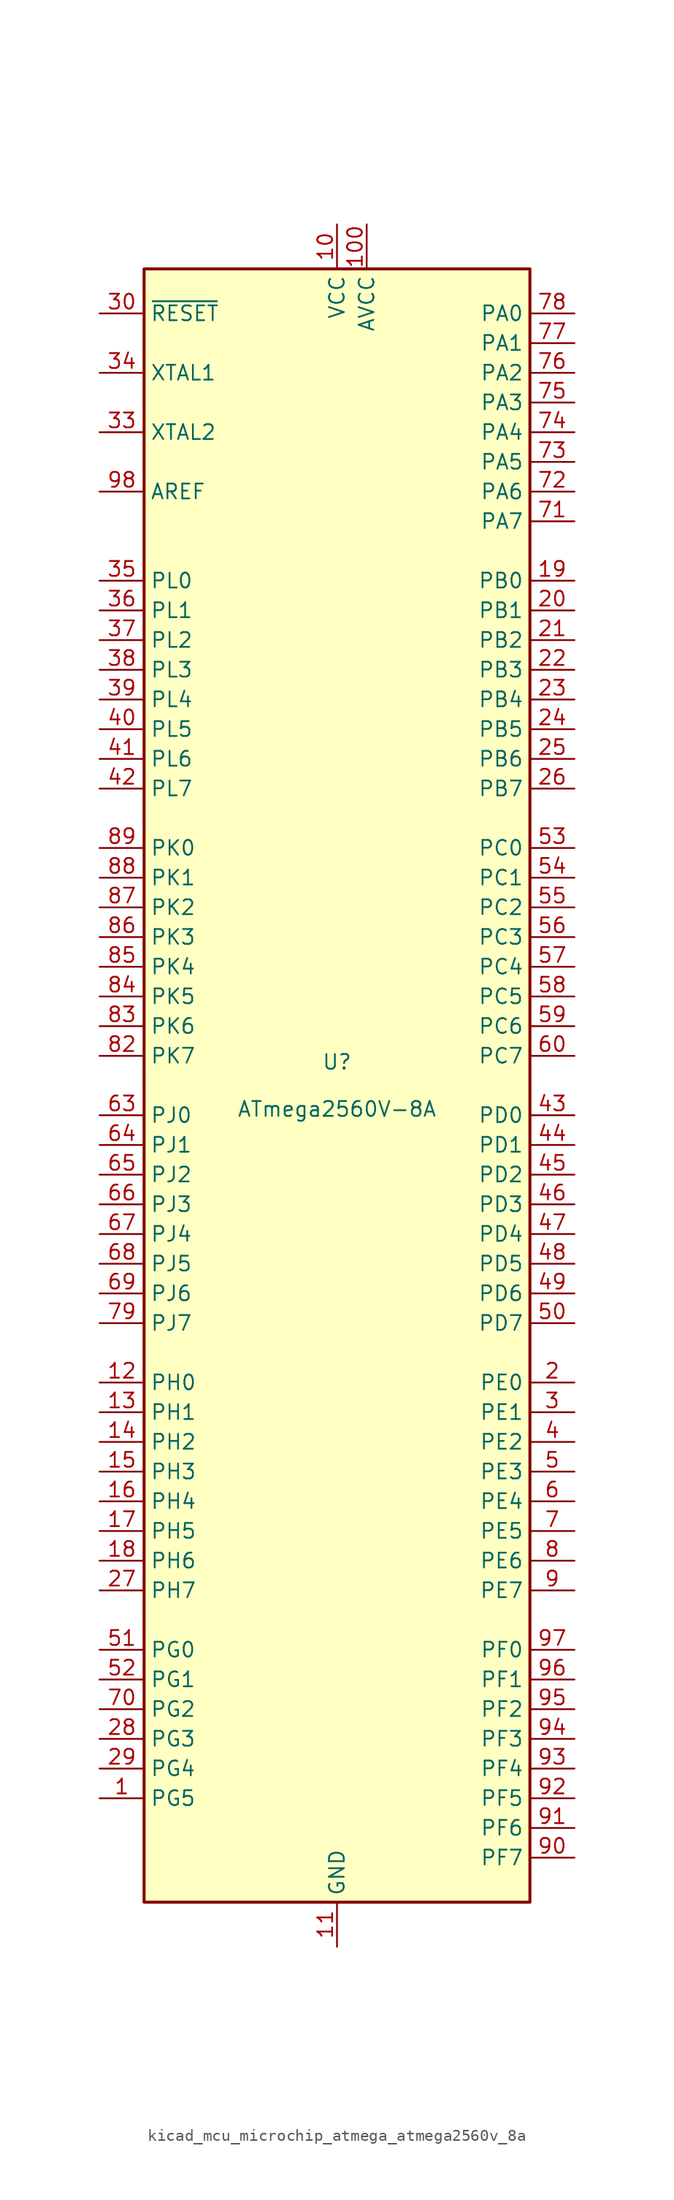
<source format=kicad_sym>
(kicad_symbol_lib
  (version 20220914)
  (generator kicad_symbol_editor)
  (symbol "kicad_mcu_microchip_atmega_atmega2560v_8a"
    (property "Reference" "U"
      (at 0 1.27 0)
      (effects (font (size 1.27 1.27)) (justify bottom)))
    (property "Value" "ATmega2560V-8A"
      (at 0 -1.27 0)
      (effects (font (size 1.27 1.27)) (justify top)))
    (symbol "kicad_mcu_microchip_atmega_atmega2560v_8a_0_1"
      (rectangle (start -16.51 -69.85) (end 16.51 69.85) (stroke (width 0.254) (type default)) (fill (type background))))
    (symbol "kicad_mcu_microchip_atmega_atmega2560v_8a_1_1"
      (pin bidirectional line (at -20.32 -60.96 0) (length 3.81) (name "PG5" (effects (font (size 1.27 1.27)))) (number "1" (effects (font (size 1.27 1.27)))))
      (pin power_in line (at 0 73.66 270) (length 3.81) (name "VCC" (effects (font (size 1.27 1.27)))) (number "10" (effects (font (size 1.27 1.27)))))
      (pin power_in line (at 2.54 73.66 270) (length 3.81) (name "AVCC" (effects (font (size 1.27 1.27)))) (number "100" (effects (font (size 1.27 1.27)))))
      (pin power_in line (at 0 -73.66 90) (length 3.81) (name "GND" (effects (font (size 1.27 1.27)))) (number "11" (effects (font (size 1.27 1.27)))))
      (pin bidirectional line (at -20.32 -25.4 0) (length 3.81) (name "PH0" (effects (font (size 1.27 1.27)))) (number "12" (effects (font (size 1.27 1.27)))))
      (pin bidirectional line (at -20.32 -27.94 0) (length 3.81) (name "PH1" (effects (font (size 1.27 1.27)))) (number "13" (effects (font (size 1.27 1.27)))))
      (pin bidirectional line (at -20.32 -30.48 0) (length 3.81) (name "PH2" (effects (font (size 1.27 1.27)))) (number "14" (effects (font (size 1.27 1.27)))))
      (pin bidirectional line (at -20.32 -33.02 0) (length 3.81) (name "PH3" (effects (font (size 1.27 1.27)))) (number "15" (effects (font (size 1.27 1.27)))))
      (pin bidirectional line (at -20.32 -35.56 0) (length 3.81) (name "PH4" (effects (font (size 1.27 1.27)))) (number "16" (effects (font (size 1.27 1.27)))))
      (pin bidirectional line (at -20.32 -38.1 0) (length 3.81) (name "PH5" (effects (font (size 1.27 1.27)))) (number "17" (effects (font (size 1.27 1.27)))))
      (pin bidirectional line (at -20.32 -40.64 0) (length 3.81) (name "PH6" (effects (font (size 1.27 1.27)))) (number "18" (effects (font (size 1.27 1.27)))))
      (pin bidirectional line (at 20.32 43.18 180) (length 3.81) (name "PB0" (effects (font (size 1.27 1.27)))) (number "19" (effects (font (size 1.27 1.27)))))
      (pin bidirectional line (at 20.32 -25.4 180) (length 3.81) (name "PE0" (effects (font (size 1.27 1.27)))) (number "2" (effects (font (size 1.27 1.27)))))
      (pin bidirectional line (at 20.32 40.64 180) (length 3.81) (name "PB1" (effects (font (size 1.27 1.27)))) (number "20" (effects (font (size 1.27 1.27)))))
      (pin bidirectional line (at 20.32 38.1 180) (length 3.81) (name "PB2" (effects (font (size 1.27 1.27)))) (number "21" (effects (font (size 1.27 1.27)))))
      (pin bidirectional line (at 20.32 35.56 180) (length 3.81) (name "PB3" (effects (font (size 1.27 1.27)))) (number "22" (effects (font (size 1.27 1.27)))))
      (pin bidirectional line (at 20.32 33.02 180) (length 3.81) (name "PB4" (effects (font (size 1.27 1.27)))) (number "23" (effects (font (size 1.27 1.27)))))
      (pin bidirectional line (at 20.32 30.48 180) (length 3.81) (name "PB5" (effects (font (size 1.27 1.27)))) (number "24" (effects (font (size 1.27 1.27)))))
      (pin bidirectional line (at 20.32 27.94 180) (length 3.81) (name "PB6" (effects (font (size 1.27 1.27)))) (number "25" (effects (font (size 1.27 1.27)))))
      (pin bidirectional line (at 20.32 25.4 180) (length 3.81) (name "PB7" (effects (font (size 1.27 1.27)))) (number "26" (effects (font (size 1.27 1.27)))))
      (pin bidirectional line (at -20.32 -43.18 0) (length 3.81) (name "PH7" (effects (font (size 1.27 1.27)))) (number "27" (effects (font (size 1.27 1.27)))))
      (pin bidirectional line (at -20.32 -55.88 0) (length 3.81) (name "PG3" (effects (font (size 1.27 1.27)))) (number "28" (effects (font (size 1.27 1.27)))))
      (pin bidirectional line (at -20.32 -58.42 0) (length 3.81) (name "PG4" (effects (font (size 1.27 1.27)))) (number "29" (effects (font (size 1.27 1.27)))))
      (pin bidirectional line (at 20.32 -27.94 180) (length 3.81) (name "PE1" (effects (font (size 1.27 1.27)))) (number "3" (effects (font (size 1.27 1.27)))))
      (pin input line (at -20.32 66.04 0) (length 3.81) (name "~{RESET}" (effects (font (size 1.27 1.27)))) (number "30" (effects (font (size 1.27 1.27)))))
      (pin passive line (at 0 73.66 270) (length 3.81) hide (name "VCC" (effects (font (size 1.27 1.27)))) (number "31" (effects (font (size 1.27 1.27)))))
      (pin passive line (at 0 -73.66 90) (length 3.81) hide (name "GND" (effects (font (size 1.27 1.27)))) (number "32" (effects (font (size 1.27 1.27)))))
      (pin output line (at -20.32 55.88 0) (length 3.81) (name "XTAL2" (effects (font (size 1.27 1.27)))) (number "33" (effects (font (size 1.27 1.27)))))
      (pin input line (at -20.32 60.96 0) (length 3.81) (name "XTAL1" (effects (font (size 1.27 1.27)))) (number "34" (effects (font (size 1.27 1.27)))))
      (pin bidirectional line (at -20.32 43.18 0) (length 3.81) (name "PL0" (effects (font (size 1.27 1.27)))) (number "35" (effects (font (size 1.27 1.27)))))
      (pin bidirectional line (at -20.32 40.64 0) (length 3.81) (name "PL1" (effects (font (size 1.27 1.27)))) (number "36" (effects (font (size 1.27 1.27)))))
      (pin bidirectional line (at -20.32 38.1 0) (length 3.81) (name "PL2" (effects (font (size 1.27 1.27)))) (number "37" (effects (font (size 1.27 1.27)))))
      (pin bidirectional line (at -20.32 35.56 0) (length 3.81) (name "PL3" (effects (font (size 1.27 1.27)))) (number "38" (effects (font (size 1.27 1.27)))))
      (pin bidirectional line (at -20.32 33.02 0) (length 3.81) (name "PL4" (effects (font (size 1.27 1.27)))) (number "39" (effects (font (size 1.27 1.27)))))
      (pin bidirectional line (at 20.32 -30.48 180) (length 3.81) (name "PE2" (effects (font (size 1.27 1.27)))) (number "4" (effects (font (size 1.27 1.27)))))
      (pin bidirectional line (at -20.32 30.48 0) (length 3.81) (name "PL5" (effects (font (size 1.27 1.27)))) (number "40" (effects (font (size 1.27 1.27)))))
      (pin bidirectional line (at -20.32 27.94 0) (length 3.81) (name "PL6" (effects (font (size 1.27 1.27)))) (number "41" (effects (font (size 1.27 1.27)))))
      (pin bidirectional line (at -20.32 25.4 0) (length 3.81) (name "PL7" (effects (font (size 1.27 1.27)))) (number "42" (effects (font (size 1.27 1.27)))))
      (pin bidirectional line (at 20.32 -2.54 180) (length 3.81) (name "PD0" (effects (font (size 1.27 1.27)))) (number "43" (effects (font (size 1.27 1.27)))))
      (pin bidirectional line (at 20.32 -5.08 180) (length 3.81) (name "PD1" (effects (font (size 1.27 1.27)))) (number "44" (effects (font (size 1.27 1.27)))))
      (pin bidirectional line (at 20.32 -7.62 180) (length 3.81) (name "PD2" (effects (font (size 1.27 1.27)))) (number "45" (effects (font (size 1.27 1.27)))))
      (pin bidirectional line (at 20.32 -10.16 180) (length 3.81) (name "PD3" (effects (font (size 1.27 1.27)))) (number "46" (effects (font (size 1.27 1.27)))))
      (pin bidirectional line (at 20.32 -12.7 180) (length 3.81) (name "PD4" (effects (font (size 1.27 1.27)))) (number "47" (effects (font (size 1.27 1.27)))))
      (pin bidirectional line (at 20.32 -15.24 180) (length 3.81) (name "PD5" (effects (font (size 1.27 1.27)))) (number "48" (effects (font (size 1.27 1.27)))))
      (pin bidirectional line (at 20.32 -17.78 180) (length 3.81) (name "PD6" (effects (font (size 1.27 1.27)))) (number "49" (effects (font (size 1.27 1.27)))))
      (pin bidirectional line (at 20.32 -33.02 180) (length 3.81) (name "PE3" (effects (font (size 1.27 1.27)))) (number "5" (effects (font (size 1.27 1.27)))))
      (pin bidirectional line (at 20.32 -20.32 180) (length 3.81) (name "PD7" (effects (font (size 1.27 1.27)))) (number "50" (effects (font (size 1.27 1.27)))))
      (pin bidirectional line (at -20.32 -48.26 0) (length 3.81) (name "PG0" (effects (font (size 1.27 1.27)))) (number "51" (effects (font (size 1.27 1.27)))))
      (pin bidirectional line (at -20.32 -50.8 0) (length 3.81) (name "PG1" (effects (font (size 1.27 1.27)))) (number "52" (effects (font (size 1.27 1.27)))))
      (pin bidirectional line (at 20.32 20.32 180) (length 3.81) (name "PC0" (effects (font (size 1.27 1.27)))) (number "53" (effects (font (size 1.27 1.27)))))
      (pin bidirectional line (at 20.32 17.78 180) (length 3.81) (name "PC1" (effects (font (size 1.27 1.27)))) (number "54" (effects (font (size 1.27 1.27)))))
      (pin bidirectional line (at 20.32 15.24 180) (length 3.81) (name "PC2" (effects (font (size 1.27 1.27)))) (number "55" (effects (font (size 1.27 1.27)))))
      (pin bidirectional line (at 20.32 12.7 180) (length 3.81) (name "PC3" (effects (font (size 1.27 1.27)))) (number "56" (effects (font (size 1.27 1.27)))))
      (pin bidirectional line (at 20.32 10.16 180) (length 3.81) (name "PC4" (effects (font (size 1.27 1.27)))) (number "57" (effects (font (size 1.27 1.27)))))
      (pin bidirectional line (at 20.32 7.62 180) (length 3.81) (name "PC5" (effects (font (size 1.27 1.27)))) (number "58" (effects (font (size 1.27 1.27)))))
      (pin bidirectional line (at 20.32 5.08 180) (length 3.81) (name "PC6" (effects (font (size 1.27 1.27)))) (number "59" (effects (font (size 1.27 1.27)))))
      (pin bidirectional line (at 20.32 -35.56 180) (length 3.81) (name "PE4" (effects (font (size 1.27 1.27)))) (number "6" (effects (font (size 1.27 1.27)))))
      (pin bidirectional line (at 20.32 2.54 180) (length 3.81) (name "PC7" (effects (font (size 1.27 1.27)))) (number "60" (effects (font (size 1.27 1.27)))))
      (pin passive line (at 0 73.66 270) (length 3.81) hide (name "VCC" (effects (font (size 1.27 1.27)))) (number "61" (effects (font (size 1.27 1.27)))))
      (pin passive line (at 0 -73.66 90) (length 3.81) hide (name "GND" (effects (font (size 1.27 1.27)))) (number "62" (effects (font (size 1.27 1.27)))))
      (pin bidirectional line (at -20.32 -2.54 0) (length 3.81) (name "PJ0" (effects (font (size 1.27 1.27)))) (number "63" (effects (font (size 1.27 1.27)))))
      (pin bidirectional line (at -20.32 -5.08 0) (length 3.81) (name "PJ1" (effects (font (size 1.27 1.27)))) (number "64" (effects (font (size 1.27 1.27)))))
      (pin bidirectional line (at -20.32 -7.62 0) (length 3.81) (name "PJ2" (effects (font (size 1.27 1.27)))) (number "65" (effects (font (size 1.27 1.27)))))
      (pin bidirectional line (at -20.32 -10.16 0) (length 3.81) (name "PJ3" (effects (font (size 1.27 1.27)))) (number "66" (effects (font (size 1.27 1.27)))))
      (pin bidirectional line (at -20.32 -12.7 0) (length 3.81) (name "PJ4" (effects (font (size 1.27 1.27)))) (number "67" (effects (font (size 1.27 1.27)))))
      (pin bidirectional line (at -20.32 -15.24 0) (length 3.81) (name "PJ5" (effects (font (size 1.27 1.27)))) (number "68" (effects (font (size 1.27 1.27)))))
      (pin bidirectional line (at -20.32 -17.78 0) (length 3.81) (name "PJ6" (effects (font (size 1.27 1.27)))) (number "69" (effects (font (size 1.27 1.27)))))
      (pin bidirectional line (at 20.32 -38.1 180) (length 3.81) (name "PE5" (effects (font (size 1.27 1.27)))) (number "7" (effects (font (size 1.27 1.27)))))
      (pin bidirectional line (at -20.32 -53.34 0) (length 3.81) (name "PG2" (effects (font (size 1.27 1.27)))) (number "70" (effects (font (size 1.27 1.27)))))
      (pin bidirectional line (at 20.32 48.26 180) (length 3.81) (name "PA7" (effects (font (size 1.27 1.27)))) (number "71" (effects (font (size 1.27 1.27)))))
      (pin bidirectional line (at 20.32 50.8 180) (length 3.81) (name "PA6" (effects (font (size 1.27 1.27)))) (number "72" (effects (font (size 1.27 1.27)))))
      (pin bidirectional line (at 20.32 53.34 180) (length 3.81) (name "PA5" (effects (font (size 1.27 1.27)))) (number "73" (effects (font (size 1.27 1.27)))))
      (pin bidirectional line (at 20.32 55.88 180) (length 3.81) (name "PA4" (effects (font (size 1.27 1.27)))) (number "74" (effects (font (size 1.27 1.27)))))
      (pin bidirectional line (at 20.32 58.42 180) (length 3.81) (name "PA3" (effects (font (size 1.27 1.27)))) (number "75" (effects (font (size 1.27 1.27)))))
      (pin bidirectional line (at 20.32 60.96 180) (length 3.81) (name "PA2" (effects (font (size 1.27 1.27)))) (number "76" (effects (font (size 1.27 1.27)))))
      (pin bidirectional line (at 20.32 63.5 180) (length 3.81) (name "PA1" (effects (font (size 1.27 1.27)))) (number "77" (effects (font (size 1.27 1.27)))))
      (pin bidirectional line (at 20.32 66.04 180) (length 3.81) (name "PA0" (effects (font (size 1.27 1.27)))) (number "78" (effects (font (size 1.27 1.27)))))
      (pin bidirectional line (at -20.32 -20.32 0) (length 3.81) (name "PJ7" (effects (font (size 1.27 1.27)))) (number "79" (effects (font (size 1.27 1.27)))))
      (pin bidirectional line (at 20.32 -40.64 180) (length 3.81) (name "PE6" (effects (font (size 1.27 1.27)))) (number "8" (effects (font (size 1.27 1.27)))))
      (pin passive line (at 0 73.66 270) (length 3.81) hide (name "VCC" (effects (font (size 1.27 1.27)))) (number "80" (effects (font (size 1.27 1.27)))))
      (pin passive line (at 0 -73.66 90) (length 3.81) hide (name "GND" (effects (font (size 1.27 1.27)))) (number "81" (effects (font (size 1.27 1.27)))))
      (pin bidirectional line (at -20.32 2.54 0) (length 3.81) (name "PK7" (effects (font (size 1.27 1.27)))) (number "82" (effects (font (size 1.27 1.27)))))
      (pin bidirectional line (at -20.32 5.08 0) (length 3.81) (name "PK6" (effects (font (size 1.27 1.27)))) (number "83" (effects (font (size 1.27 1.27)))))
      (pin bidirectional line (at -20.32 7.62 0) (length 3.81) (name "PK5" (effects (font (size 1.27 1.27)))) (number "84" (effects (font (size 1.27 1.27)))))
      (pin bidirectional line (at -20.32 10.16 0) (length 3.81) (name "PK4" (effects (font (size 1.27 1.27)))) (number "85" (effects (font (size 1.27 1.27)))))
      (pin bidirectional line (at -20.32 12.7 0) (length 3.81) (name "PK3" (effects (font (size 1.27 1.27)))) (number "86" (effects (font (size 1.27 1.27)))))
      (pin bidirectional line (at -20.32 15.24 0) (length 3.81) (name "PK2" (effects (font (size 1.27 1.27)))) (number "87" (effects (font (size 1.27 1.27)))))
      (pin bidirectional line (at -20.32 17.78 0) (length 3.81) (name "PK1" (effects (font (size 1.27 1.27)))) (number "88" (effects (font (size 1.27 1.27)))))
      (pin bidirectional line (at -20.32 20.32 0) (length 3.81) (name "PK0" (effects (font (size 1.27 1.27)))) (number "89" (effects (font (size 1.27 1.27)))))
      (pin bidirectional line (at 20.32 -43.18 180) (length 3.81) (name "PE7" (effects (font (size 1.27 1.27)))) (number "9" (effects (font (size 1.27 1.27)))))
      (pin bidirectional line (at 20.32 -66.04 180) (length 3.81) (name "PF7" (effects (font (size 1.27 1.27)))) (number "90" (effects (font (size 1.27 1.27)))))
      (pin bidirectional line (at 20.32 -63.5 180) (length 3.81) (name "PF6" (effects (font (size 1.27 1.27)))) (number "91" (effects (font (size 1.27 1.27)))))
      (pin bidirectional line (at 20.32 -60.96 180) (length 3.81) (name "PF5" (effects (font (size 1.27 1.27)))) (number "92" (effects (font (size 1.27 1.27)))))
      (pin bidirectional line (at 20.32 -58.42 180) (length 3.81) (name "PF4" (effects (font (size 1.27 1.27)))) (number "93" (effects (font (size 1.27 1.27)))))
      (pin bidirectional line (at 20.32 -55.88 180) (length 3.81) (name "PF3" (effects (font (size 1.27 1.27)))) (number "94" (effects (font (size 1.27 1.27)))))
      (pin bidirectional line (at 20.32 -53.34 180) (length 3.81) (name "PF2" (effects (font (size 1.27 1.27)))) (number "95" (effects (font (size 1.27 1.27)))))
      (pin bidirectional line (at 20.32 -50.8 180) (length 3.81) (name "PF1" (effects (font (size 1.27 1.27)))) (number "96" (effects (font (size 1.27 1.27)))))
      (pin bidirectional line (at 20.32 -48.26 180) (length 3.81) (name "PF0" (effects (font (size 1.27 1.27)))) (number "97" (effects (font (size 1.27 1.27)))))
      (pin passive line (at -20.32 50.8 0) (length 3.81) (name "AREF" (effects (font (size 1.27 1.27)))) (number "98" (effects (font (size 1.27 1.27)))))
      (pin passive line (at 0 -73.66 90) (length 3.81) hide (name "GND" (effects (font (size 1.27 1.27)))) (number "99" (effects (font (size 1.27 1.27))))))))
</source>
